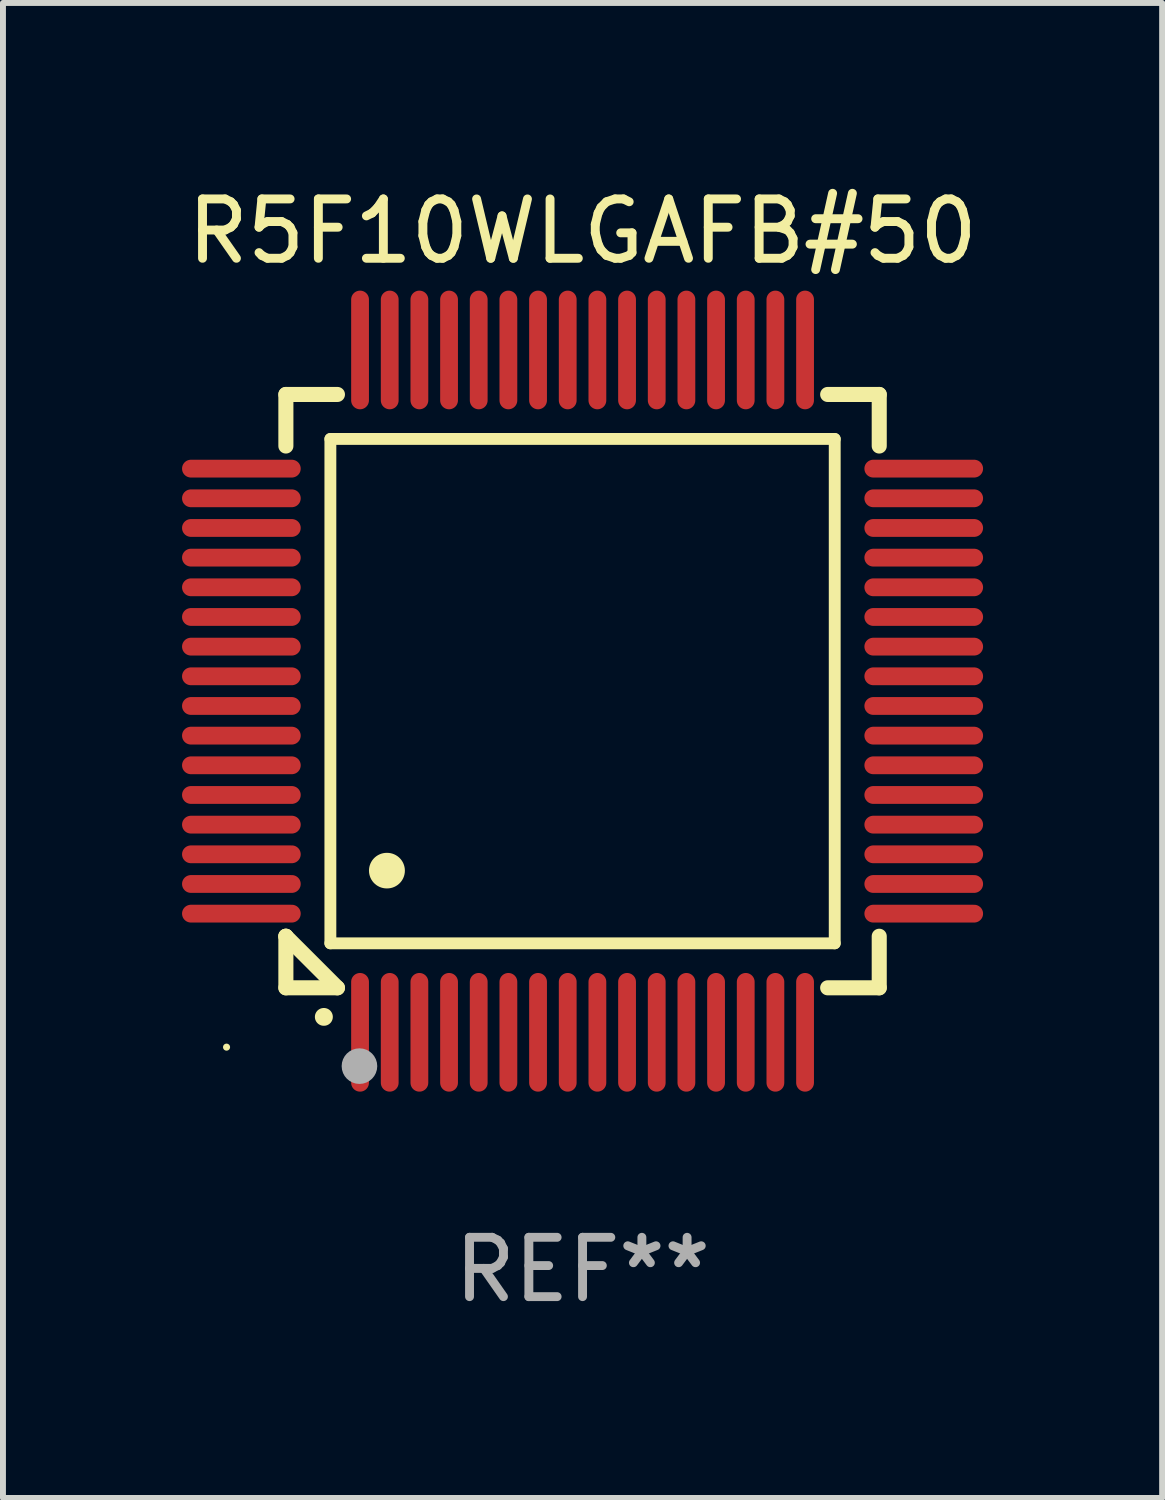
<source format=kicad_pcb>
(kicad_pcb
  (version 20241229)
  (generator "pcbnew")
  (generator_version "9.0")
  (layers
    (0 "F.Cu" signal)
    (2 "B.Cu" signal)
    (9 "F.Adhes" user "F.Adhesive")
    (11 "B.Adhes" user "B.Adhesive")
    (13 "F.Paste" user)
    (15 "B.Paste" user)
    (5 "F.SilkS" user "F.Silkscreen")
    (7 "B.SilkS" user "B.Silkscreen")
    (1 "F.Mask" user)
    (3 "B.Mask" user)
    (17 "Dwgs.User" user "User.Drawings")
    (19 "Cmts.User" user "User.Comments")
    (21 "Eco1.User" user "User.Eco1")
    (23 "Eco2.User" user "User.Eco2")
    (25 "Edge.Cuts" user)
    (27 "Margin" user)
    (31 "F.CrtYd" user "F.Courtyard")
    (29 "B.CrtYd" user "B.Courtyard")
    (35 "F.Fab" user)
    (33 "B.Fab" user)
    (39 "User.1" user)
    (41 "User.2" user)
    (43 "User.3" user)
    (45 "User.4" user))
  (footprint "R5F10WLGAFB#50"
    (layer "F.Cu")
    (at 6.768 8.598)
    (property "Reference" "R5F10WLGAFB#50" (at 0 -7.75 0) (layer "F.SilkS") (effects (font (size 1 1) (thickness 0.15))))
    (attr through_hole)
    (fp_line (start -5 -5) (end -4.131 -5) (stroke (width 0.254) (type solid)) (layer "F.SilkS"))
    (fp_line (start -5 -4.131) (end -5 -5) (stroke (width 0.254) (type solid)) (layer "F.SilkS"))
    (fp_line (start -5 4.131) (end -5 4.131) (stroke (width 0.254) (type solid)) (layer "F.SilkS"))
    (fp_line (start -5 5) (end -5 4.131) (stroke (width 0.254) (type solid)) (layer "F.SilkS"))
    (fp_line (start -5 4.131) (end -4.131 5) (stroke (width 0.254) (type solid)) (layer "F.SilkS"))
    (fp_line (start -4.25 -4.25) (end -4.25 4.25) (stroke (width 0.2) (type solid)) (layer "F.SilkS"))
    (fp_line (start -4.25 4.25) (end 4.25 4.25) (stroke (width 0.2) (type solid)) (layer "F.SilkS"))
    (fp_line (start -4.131 5) (end -5 5) (stroke (width 0.254) (type solid)) (layer "F.SilkS"))
    (fp_line (start 4.25 -4.25) (end -4.25 -4.25) (stroke (width 0.2) (type solid)) (layer "F.SilkS"))
    (fp_line (start 4.25 4.25) (end 4.25 -4.25) (stroke (width 0.2) (type solid)) (layer "F.SilkS"))
    (fp_line (start 5 -5) (end 4.131 -5) (stroke (width 0.254) (type solid)) (layer "F.SilkS"))
    (fp_line (start 5 -5) (end 5 -4.131) (stroke (width 0.254) (type solid)) (layer "F.SilkS"))
    (fp_line (start 5 4.131) (end 5 5) (stroke (width 0.254) (type solid)) (layer "F.SilkS"))
    (fp_line (start 5 5) (end 4.131 5) (stroke (width 0.254) (type solid)) (layer "F.SilkS"))
    (fp_arc (start -4.361265 5.489992) (mid -4.359995 5.489987) (end -4.358725 5.489992) (stroke (width 0.3) (type solid)) (layer "F.SilkS"))
    (fp_arc (start -3.299467 3.025146) (mid -3.296927 3.025135) (end -3.294387 3.025146) (stroke (width 0.6) (type solid)) (layer "F.SilkS"))
    (fp_circle (center -6 6) (end -5.97 6) (stroke (width 0.06) (type solid)) (fill no) (layer "F.SilkS"))
    (fp_circle (center -3.76 6.32) (end -3.61 6.32) (stroke (width 0.3) (type solid)) (fill no) (layer "F.Fab"))
    (fp_text user "REF**" (at 0 9.75 0) (layer "F.Fab") (effects (font (size 1 1) (thickness 0.15))))
    (pad "1" smd oval (at -3.75 5.75) (size 0.3 2) (layers "F.Cu" "F.Mask" "F.Paste"))
    (pad "2" smd oval (at -3.25 5.75) (size 0.3 2) (layers "F.Cu" "F.Mask" "F.Paste"))
    (pad "3" smd oval (at -2.75 5.75) (size 0.3 2) (layers "F.Cu" "F.Mask" "F.Paste"))
    (pad "4" smd oval (at -2.25 5.75) (size 0.3 2) (layers "F.Cu" "F.Mask" "F.Paste"))
    (pad "5" smd oval (at -1.75 5.75) (size 0.3 2) (layers "F.Cu" "F.Mask" "F.Paste"))
    (pad "6" smd oval (at -1.25 5.75) (size 0.3 2) (layers "F.Cu" "F.Mask" "F.Paste"))
    (pad "7" smd oval (at -0.75 5.75) (size 0.3 2) (layers "F.Cu" "F.Mask" "F.Paste"))
    (pad "8" smd oval (at -0.25 5.75) (size 0.3 2) (layers "F.Cu" "F.Mask" "F.Paste"))
    (pad "9" smd oval (at 0.25 5.75) (size 0.3 2) (layers "F.Cu" "F.Mask" "F.Paste"))
    (pad "10" smd oval (at 0.75 5.75) (size 0.3 2) (layers "F.Cu" "F.Mask" "F.Paste"))
    (pad "11" smd oval (at 1.25 5.75) (size 0.3 2) (layers "F.Cu" "F.Mask" "F.Paste"))
    (pad "12" smd oval (at 1.75 5.75) (size 0.3 2) (layers "F.Cu" "F.Mask" "F.Paste"))
    (pad "13" smd oval (at 2.25 5.75) (size 0.3 2) (layers "F.Cu" "F.Mask" "F.Paste"))
    (pad "14" smd oval (at 2.75 5.75) (size 0.3 2) (layers "F.Cu" "F.Mask" "F.Paste"))
    (pad "15" smd oval (at 3.25 5.75) (size 0.3 2) (layers "F.Cu" "F.Mask" "F.Paste"))
    (pad "16" smd oval (at 3.75 5.75) (size 0.3 2) (layers "F.Cu" "F.Mask" "F.Paste"))
    (pad "17" smd oval (at 5.75 3.75) (size 2 0.3) (layers "F.Cu" "F.Mask" "F.Paste"))
    (pad "18" smd oval (at 5.75 3.25) (size 2 0.3) (layers "F.Cu" "F.Mask" "F.Paste"))
    (pad "19" smd oval (at 5.75 2.75) (size 2 0.3) (layers "F.Cu" "F.Mask" "F.Paste"))
    (pad "20" smd oval (at 5.75 2.25) (size 2 0.3) (layers "F.Cu" "F.Mask" "F.Paste"))
    (pad "21" smd oval (at 5.75 1.75) (size 2 0.3) (layers "F.Cu" "F.Mask" "F.Paste"))
    (pad "22" smd oval (at 5.75 1.25) (size 2 0.3) (layers "F.Cu" "F.Mask" "F.Paste"))
    (pad "23" smd oval (at 5.75 0.75) (size 2 0.3) (layers "F.Cu" "F.Mask" "F.Paste"))
    (pad "24" smd oval (at 5.75 0.25) (size 2 0.3) (layers "F.Cu" "F.Mask" "F.Paste"))
    (pad "25" smd oval (at 5.75 -0.25) (size 2 0.3) (layers "F.Cu" "F.Mask" "F.Paste"))
    (pad "26" smd oval (at 5.75 -0.75) (size 2 0.3) (layers "F.Cu" "F.Mask" "F.Paste"))
    (pad "27" smd oval (at 5.75 -1.25) (size 2 0.3) (layers "F.Cu" "F.Mask" "F.Paste"))
    (pad "28" smd oval (at 5.75 -1.75) (size 2 0.3) (layers "F.Cu" "F.Mask" "F.Paste"))
    (pad "29" smd oval (at 5.75 -2.25) (size 2 0.3) (layers "F.Cu" "F.Mask" "F.Paste"))
    (pad "30" smd oval (at 5.75 -2.75) (size 2 0.3) (layers "F.Cu" "F.Mask" "F.Paste"))
    (pad "31" smd oval (at 5.75 -3.25) (size 2 0.3) (layers "F.Cu" "F.Mask" "F.Paste"))
    (pad "32" smd oval (at 5.75 -3.75) (size 2 0.3) (layers "F.Cu" "F.Mask" "F.Paste"))
    (pad "33" smd oval (at 3.75 -5.75) (size 0.3 2) (layers "F.Cu" "F.Mask" "F.Paste"))
    (pad "34" smd oval (at 3.25 -5.75) (size 0.3 2) (layers "F.Cu" "F.Mask" "F.Paste"))
    (pad "35" smd oval (at 2.75 -5.75) (size 0.3 2) (layers "F.Cu" "F.Mask" "F.Paste"))
    (pad "36" smd oval (at 2.25 -5.75) (size 0.3 2) (layers "F.Cu" "F.Mask" "F.Paste"))
    (pad "37" smd oval (at 1.75 -5.75) (size 0.3 2) (layers "F.Cu" "F.Mask" "F.Paste"))
    (pad "38" smd oval (at 1.25 -5.75) (size 0.3 2) (layers "F.Cu" "F.Mask" "F.Paste"))
    (pad "39" smd oval (at 0.75 -5.75) (size 0.3 2) (layers "F.Cu" "F.Mask" "F.Paste"))
    (pad "40" smd oval (at 0.25 -5.75) (size 0.3 2) (layers "F.Cu" "F.Mask" "F.Paste"))
    (pad "41" smd oval (at -0.25 -5.75) (size 0.3 2) (layers "F.Cu" "F.Mask" "F.Paste"))
    (pad "42" smd oval (at -0.75 -5.75) (size 0.3 2) (layers "F.Cu" "F.Mask" "F.Paste"))
    (pad "43" smd oval (at -1.25 -5.75) (size 0.3 2) (layers "F.Cu" "F.Mask" "F.Paste"))
    (pad "44" smd oval (at -1.75 -5.75) (size 0.3 2) (layers "F.Cu" "F.Mask" "F.Paste"))
    (pad "45" smd oval (at -2.25 -5.75) (size 0.3 2) (layers "F.Cu" "F.Mask" "F.Paste"))
    (pad "46" smd oval (at -2.75 -5.75) (size 0.3 2) (layers "F.Cu" "F.Mask" "F.Paste"))
    (pad "47" smd oval (at -3.25 -5.75) (size 0.3 2) (layers "F.Cu" "F.Mask" "F.Paste"))
    (pad "48" smd oval (at -3.75 -5.75) (size 0.3 2) (layers "F.Cu" "F.Mask" "F.Paste"))
    (pad "49" smd oval (at -5.75 -3.75) (size 2 0.3) (layers "F.Cu" "F.Mask" "F.Paste"))
    (pad "50" smd oval (at -5.75 -3.25) (size 2 0.3) (layers "F.Cu" "F.Mask" "F.Paste"))
    (pad "51" smd oval (at -5.75 -2.75) (size 2 0.3) (layers "F.Cu" "F.Mask" "F.Paste"))
    (pad "52" smd oval (at -5.75 -2.25) (size 2 0.3) (layers "F.Cu" "F.Mask" "F.Paste"))
    (pad "53" smd oval (at -5.75 -1.75) (size 2 0.3) (layers "F.Cu" "F.Mask" "F.Paste"))
    (pad "54" smd oval (at -5.75 -1.25) (size 2 0.3) (layers "F.Cu" "F.Mask" "F.Paste"))
    (pad "55" smd oval (at -5.75 -0.75) (size 2 0.3) (layers "F.Cu" "F.Mask" "F.Paste"))
    (pad "56" smd oval (at -5.75 -0.25) (size 2 0.3) (layers "F.Cu" "F.Mask" "F.Paste"))
    (pad "57" smd oval (at -5.75 0.25) (size 2 0.3) (layers "F.Cu" "F.Mask" "F.Paste"))
    (pad "58" smd oval (at -5.75 0.75) (size 2 0.3) (layers "F.Cu" "F.Mask" "F.Paste"))
    (pad "59" smd oval (at -5.75 1.25) (size 2 0.3) (layers "F.Cu" "F.Mask" "F.Paste"))
    (pad "60" smd oval (at -5.75 1.75) (size 2 0.3) (layers "F.Cu" "F.Mask" "F.Paste"))
    (pad "61" smd oval (at -5.75 2.25) (size 2 0.3) (layers "F.Cu" "F.Mask" "F.Paste"))
    (pad "62" smd oval (at -5.75 2.75) (size 2 0.3) (layers "F.Cu" "F.Mask" "F.Paste"))
    (pad "63" smd oval (at -5.75 3.25) (size 2 0.3) (layers "F.Cu" "F.Mask" "F.Paste"))
    (pad "64" smd oval (at -5.75 3.75) (size 2 0.3) (layers "F.Cu" "F.Mask" "F.Paste")))
  (gr_rect
    (start -3 -3)
    (end 16.536 22.196)
    (stroke (width 0.1) (type default))
    (fill no)
    (layer "Edge.Cuts")))
</source>
